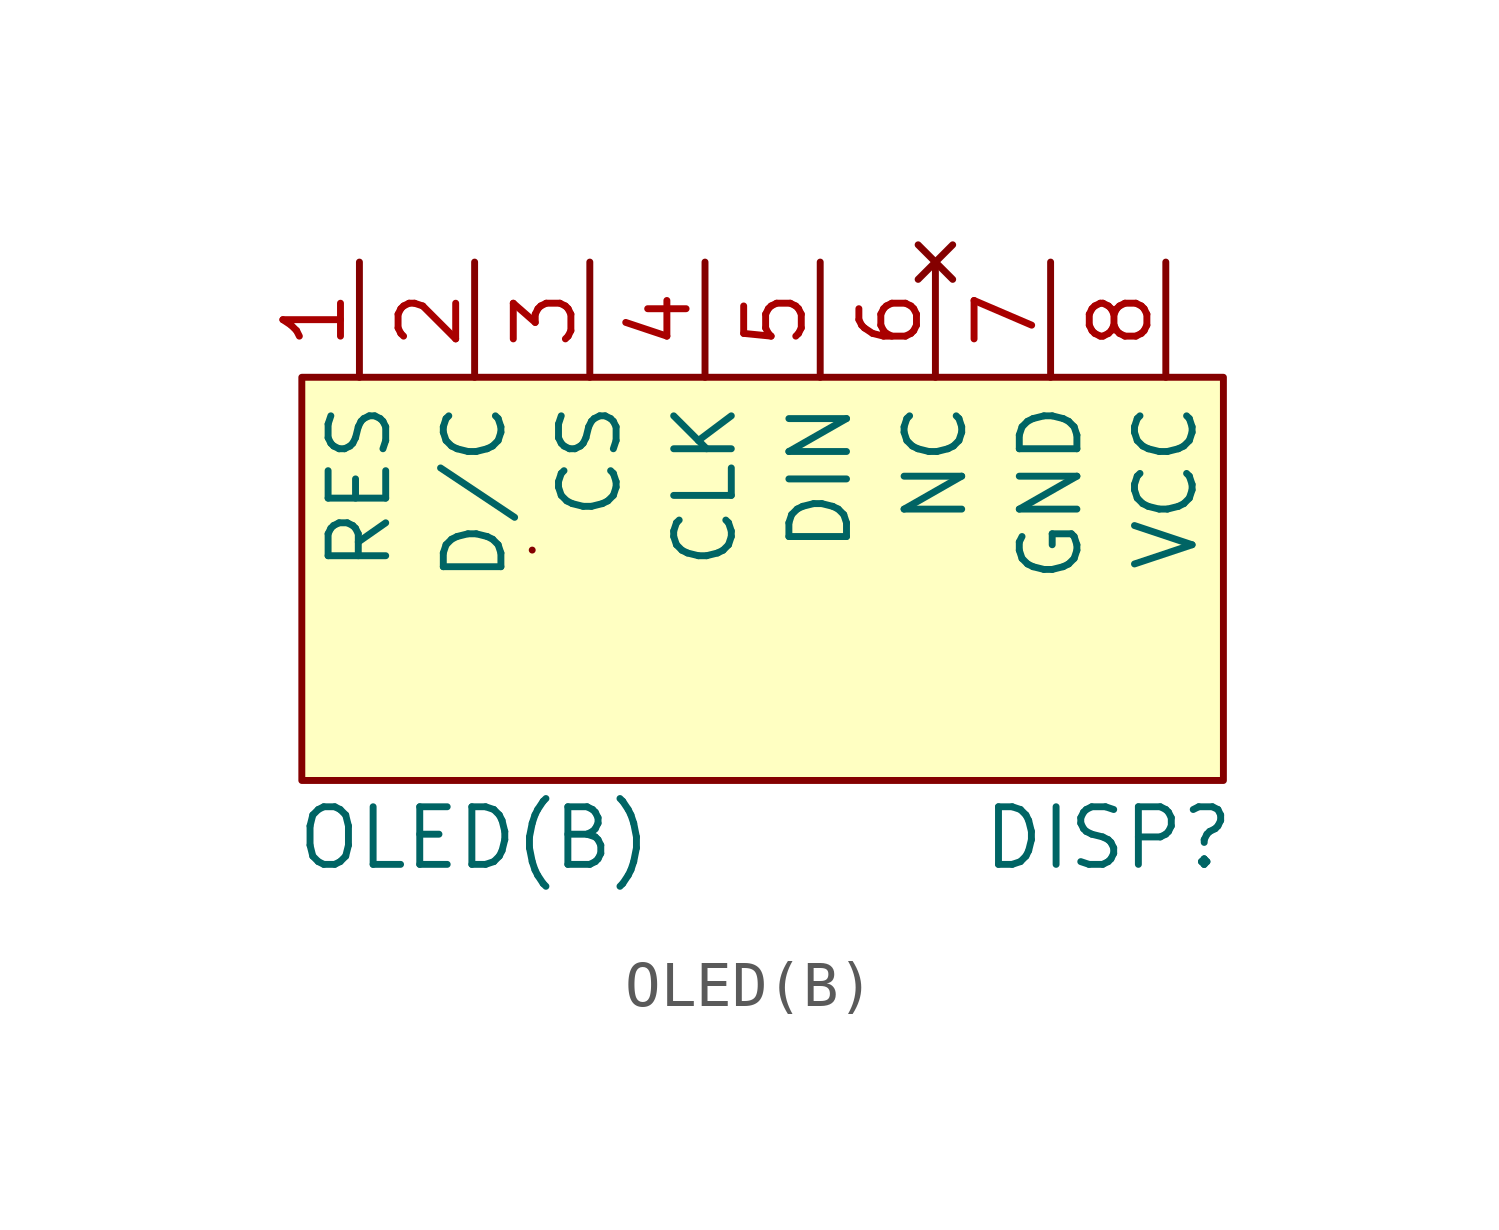
<source format=kicad_sym>
(kicad_symbol_lib
  (version 20211014)
  (generator kicad_symbol_editor)
  (symbol "OLED(B)"
    (property "Reference" "DISP"
      (at 7.62 -5.08 0)
      (effects (font (size 1.27 1.27))))
    (property "Value" "OLED(B)"
      (at -6.35 -5.08 0)
      (effects (font (size 1.27 1.27))))
    (symbol "OLED(B)_0_0"
      (pin input line (at 1.27 7.62 270) (length 2.54) (name "DIN" (effects (font (size 1.27 1.27)))) (number "5" (effects (font (size 1.27 1.27)))))
      (pin no_connect line (at 3.81 7.62 270) (length 2.54) (name "NC" (effects (font (size 1.27 1.27)))) (number "6" (effects (font (size 1.27 1.27)))))
      (pin passive line (at 6.35 7.62 270) (length 2.54) (name "GND" (effects (font (size 1.27 1.27)))) (number "7" (effects (font (size 1.27 1.27)))))
      (pin power_in line (at 8.89 7.62 270) (length 2.54) (name "VCC" (effects (font (size 1.27 1.27)))) (number "8" (effects (font (size 1.27 1.27))))))
    (symbol "OLED(B)_0_1"
      (rectangle (start -10.16 5.08) (end 10.16 -3.81) (stroke (width 0) (type default) (color 0 0 0 0)) (fill (type background)))
      (rectangle (start -5.08 1.27) (end -5.08 1.27) (stroke (width 0) (type default) (color 0 0 0 0)) (fill (type none))))
    (symbol "OLED(B)_1_1"
      (pin input line (at -8.89 7.62 270) (length 2.54) (name "RES" (effects (font (size 1.27 1.27)))) (number "1" (effects (font (size 1.27 1.27)))))
      (pin input line (at -6.35 7.62 270) (length 2.54) (name "D/C" (effects (font (size 1.27 1.27)))) (number "2" (effects (font (size 1.27 1.27)))))
      (pin input line (at -3.81 7.62 270) (length 2.54) (name "CS" (effects (font (size 1.27 1.27)))) (number "3" (effects (font (size 1.27 1.27)))))
      (pin input line (at -1.27 7.62 270) (length 2.54) (name "CLK" (effects (font (size 1.27 1.27)))) (number "4" (effects (font (size 1.27 1.27))))))))
</source>
